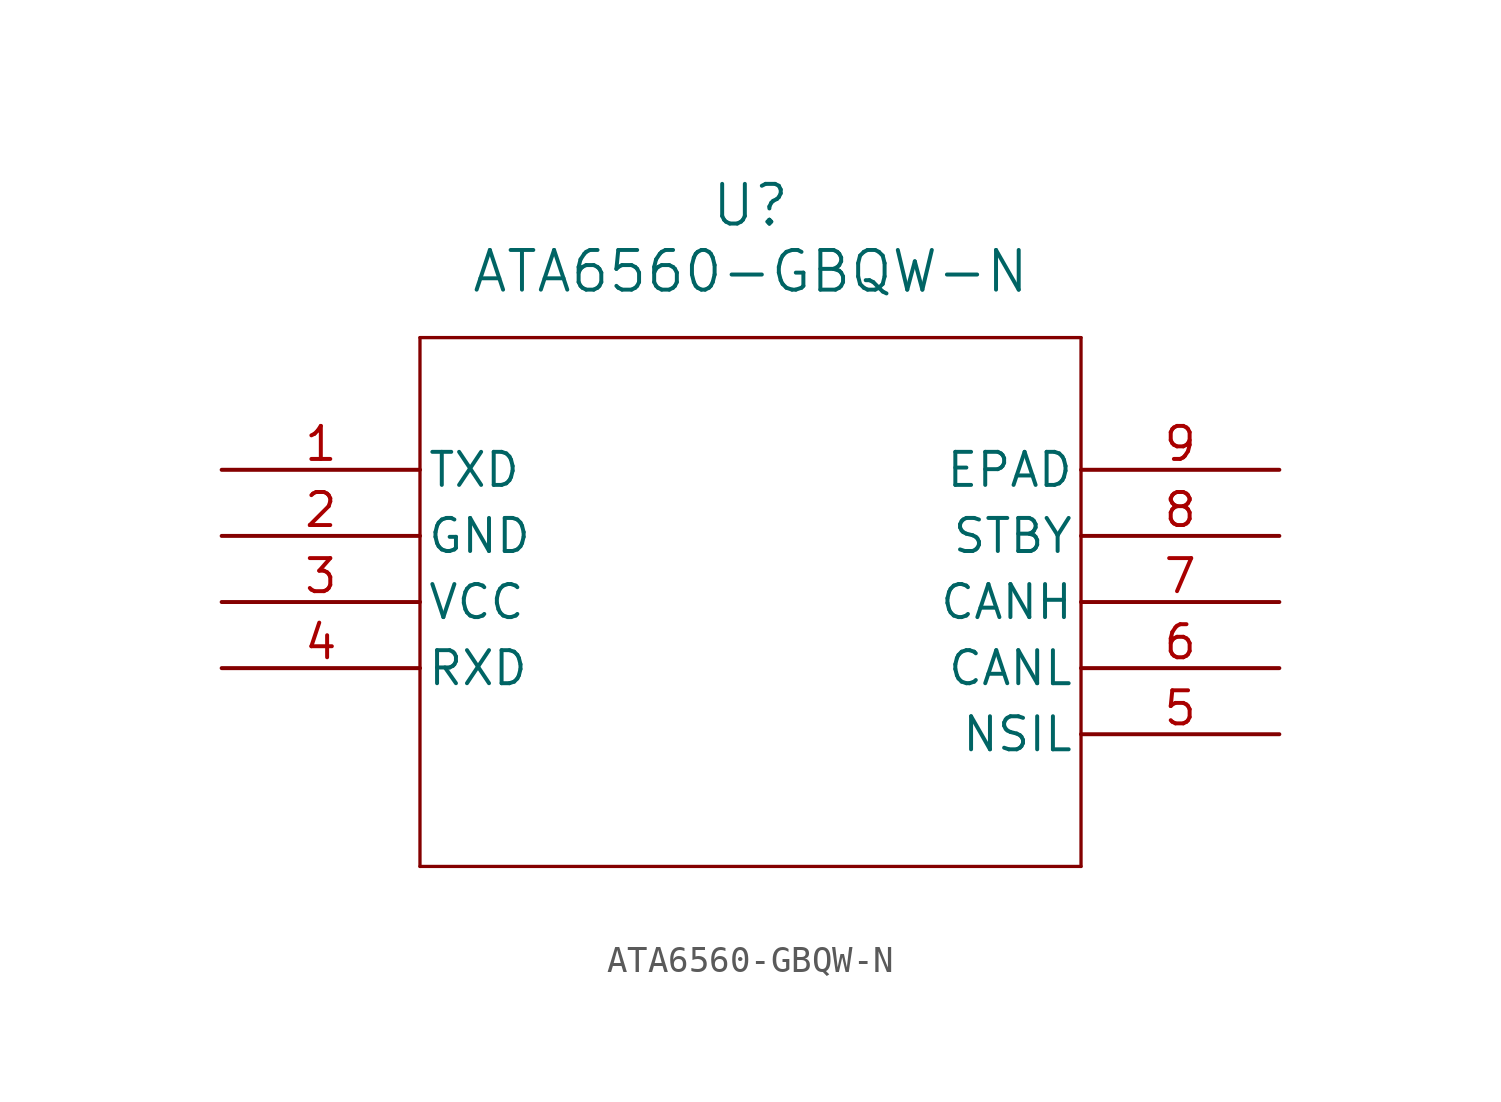
<source format=kicad_sym>
(kicad_symbol_lib
  (version 20211014)
  (generator kicad_symbol_editor)
  (symbol "ATA6560-GBQW-N"
    (pin_names
      (offset 0.254))
    (property "Reference" "U"
      (at 20.32 10.16 0)
      (effects (font (size 1.524 1.524))))
    (property "Value" "ATA6560-GBQW-N"
      (at 20.32 7.62 0)
      (effects (font (size 1.524 1.524))))
    (symbol "ATA6560-GBQW-N_0_1"
      (polyline (pts (xy 7.62 5.08) (xy 7.62 -15.24)) (stroke (width 0.127) (type default) (color 0 0 0 0)) (fill (type none)))
      (polyline (pts (xy 7.62 -15.24) (xy 33.02 -15.24)) (stroke (width 0.127) (type default) (color 0 0 0 0)) (fill (type none)))
      (polyline (pts (xy 33.02 -15.24) (xy 33.02 5.08)) (stroke (width 0.127) (type default) (color 0 0 0 0)) (fill (type none)))
      (polyline (pts (xy 33.02 5.08) (xy 7.62 5.08)) (stroke (width 0.127) (type default) (color 0 0 0 0)) (fill (type none)))
      (pin unspecified line (at 0 0 0) (length 7.62) (name "TXD" (effects (font (size 1.27 1.27)))) (number "1" (effects (font (size 1.27 1.27)))))
      (pin power_out line (at 0 -2.54 0) (length 7.62) (name "GND" (effects (font (size 1.27 1.27)))) (number "2" (effects (font (size 1.27 1.27)))))
      (pin power_in line (at 0 -5.08 0) (length 7.62) (name "VCC" (effects (font (size 1.27 1.27)))) (number "3" (effects (font (size 1.27 1.27)))))
      (pin unspecified line (at 0 -7.62 0) (length 7.62) (name "RXD" (effects (font (size 1.27 1.27)))) (number "4" (effects (font (size 1.27 1.27)))))
      (pin unspecified line (at 40.64 -10.16 180) (length 7.62) (name "NSIL" (effects (font (size 1.27 1.27)))) (number "5" (effects (font (size 1.27 1.27)))))
      (pin unspecified line (at 40.64 -7.62 180) (length 7.62) (name "CANL" (effects (font (size 1.27 1.27)))) (number "6" (effects (font (size 1.27 1.27)))))
      (pin unspecified line (at 40.64 -5.08 180) (length 7.62) (name "CANH" (effects (font (size 1.27 1.27)))) (number "7" (effects (font (size 1.27 1.27)))))
      (pin unspecified line (at 40.64 -2.54 180) (length 7.62) (name "STBY" (effects (font (size 1.27 1.27)))) (number "8" (effects (font (size 1.27 1.27)))))
      (pin unspecified line (at 40.64 0 180) (length 7.62) (name "EPAD" (effects (font (size 1.27 1.27)))) (number "9" (effects (font (size 1.27 1.27))))))))
</source>
